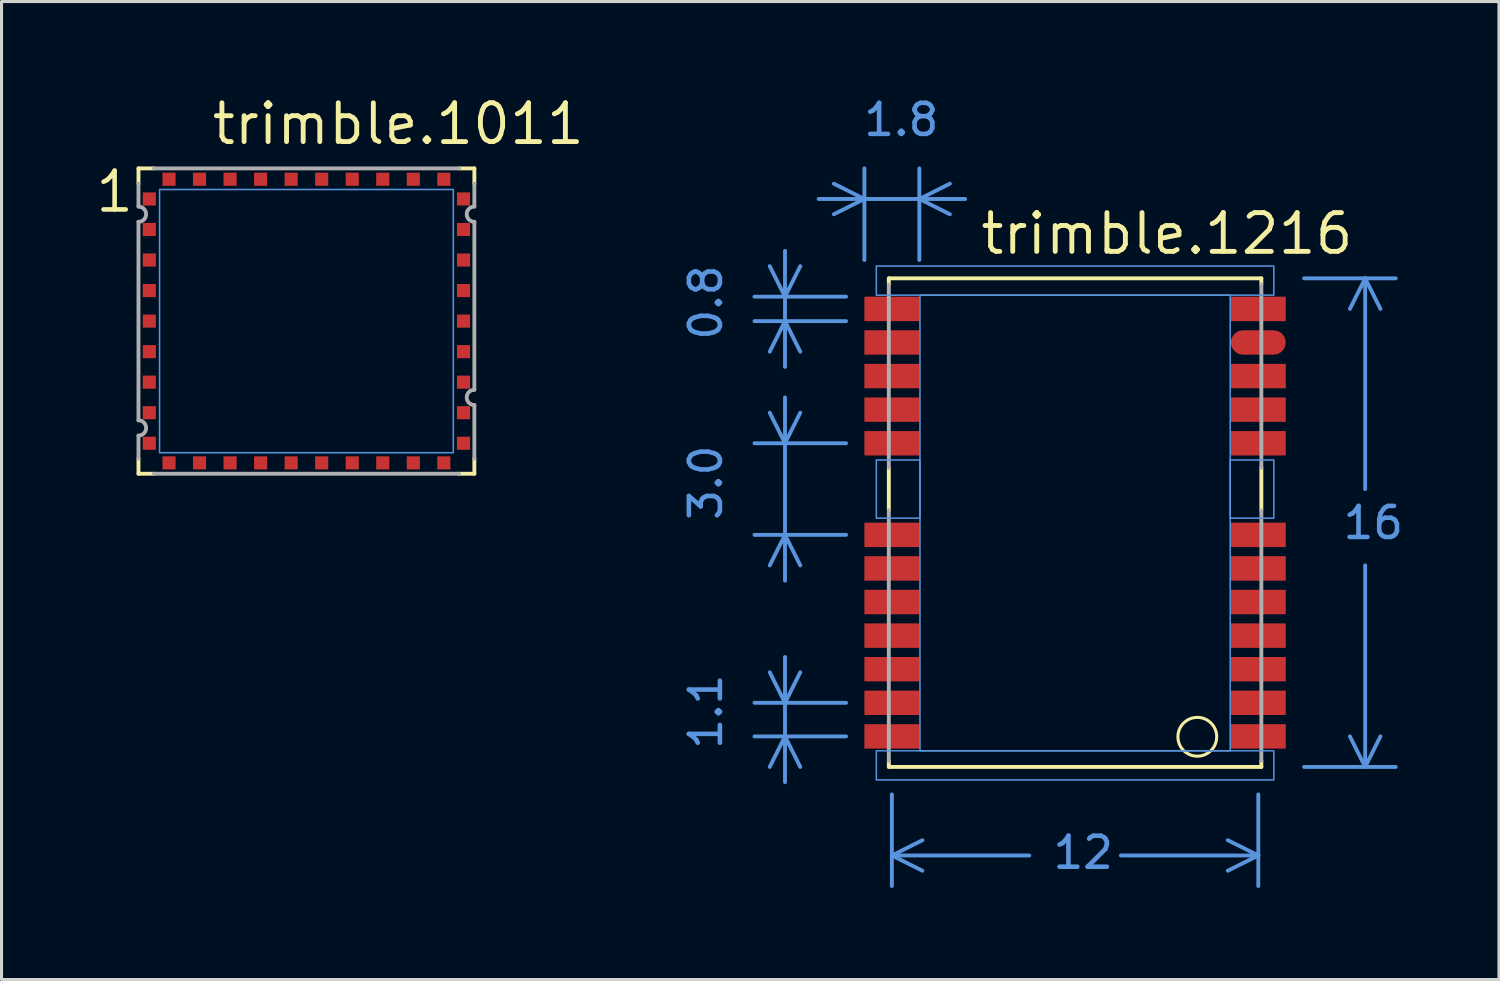
<source format=kicad_pcb>
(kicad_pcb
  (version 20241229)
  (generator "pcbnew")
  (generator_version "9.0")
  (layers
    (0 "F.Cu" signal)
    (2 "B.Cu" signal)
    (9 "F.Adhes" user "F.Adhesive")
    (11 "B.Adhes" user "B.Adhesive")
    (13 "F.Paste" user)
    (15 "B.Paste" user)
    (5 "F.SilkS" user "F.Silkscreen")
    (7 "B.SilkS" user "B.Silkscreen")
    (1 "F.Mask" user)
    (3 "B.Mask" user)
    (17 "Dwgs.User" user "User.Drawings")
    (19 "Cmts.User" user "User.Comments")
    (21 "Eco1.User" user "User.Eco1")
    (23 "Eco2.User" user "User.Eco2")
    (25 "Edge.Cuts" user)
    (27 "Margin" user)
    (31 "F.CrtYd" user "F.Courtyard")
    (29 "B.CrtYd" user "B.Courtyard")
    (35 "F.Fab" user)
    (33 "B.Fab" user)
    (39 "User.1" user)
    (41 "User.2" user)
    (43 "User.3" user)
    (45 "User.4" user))
  (footprint "trimble.1011"
    (layer "F.Cu")
    (at 6.985 7.465)
    (property "Reference" "trimble.1011" (at -3.175 -5.715 0) (layer "F.SilkS") (effects (font (size 1.27 1.27) (thickness 0.16)) (justify left bottom)))
    (attr smd)
    (fp_rect (start -5.815 5.315) (end 5.815 -5.315) (stroke (width 0.05) (type default)) (fill yes) (layer "F.Mask"))
    (fp_line (start -5.5 -5) (end -5 -5) (stroke (width 0.127) (type default)) (layer "F.SilkS"))
    (fp_line (start -5.5 -4.5) (end -5.5 -5) (stroke (width 0.127) (type default)) (layer "F.SilkS"))
    (fp_line (start -5.5 5) (end -5.5 4.5) (stroke (width 0.127) (type default)) (layer "F.SilkS"))
    (fp_line (start -5 5) (end -5.5 5) (stroke (width 0.127) (type default)) (layer "F.SilkS"))
    (fp_line (start 5 -5) (end 5.5 -5) (stroke (width 0.127) (type default)) (layer "F.SilkS"))
    (fp_line (start 5.5 -5) (end 5.5 -4.5) (stroke (width 0.127) (type default)) (layer "F.SilkS"))
    (fp_line (start 5.5 4.5) (end 5.5 5) (stroke (width 0.127) (type default)) (layer "F.SilkS"))
    (fp_line (start 5.5 5) (end 5 5) (stroke (width 0.127) (type default)) (layer "F.SilkS"))
    (fp_rect (start -4.81 4.31) (end 4.81 -4.31) (stroke (width 0.05) (type default)) (fill no) (layer "Cmts.User"))
    (fp_line (start -5.5 -3.75) (end -5.5 -4.5) (stroke (width 0.127) (type default)) (layer "F.Fab"))
    (fp_line (start -5.5 3.25) (end -5.5 -3.25) (stroke (width 0.127) (type default)) (layer "F.Fab"))
    (fp_line (start -5.5 4.5) (end -5.5 3.75) (stroke (width 0.127) (type default)) (layer "F.Fab"))
    (fp_line (start -5 -5) (end 5 -5) (stroke (width 0.127) (type default)) (layer "F.Fab"))
    (fp_line (start 5 5) (end -5 5) (stroke (width 0.127) (type default)) (layer "F.Fab"))
    (fp_line (start 5.5 -4.5) (end 5.5 -3.75) (stroke (width 0.127) (type default)) (layer "F.Fab"))
    (fp_line (start 5.5 -3.25) (end 5.5 2.25) (stroke (width 0.127) (type default)) (layer "F.Fab"))
    (fp_line (start 5.5 2.75) (end 5.5 4.5) (stroke (width 0.127) (type default)) (layer "F.Fab"))
    (fp_arc (start -5.5 -3.75) (mid -5.25 -3.5) (end -5.5 -3.25) (stroke (width 0.127) (type default)) (layer "F.Fab"))
    (fp_arc (start -5.5 3.25) (mid -5.25 3.5) (end -5.5 3.75) (stroke (width 0.127) (type default)) (layer "F.Fab"))
    (fp_arc (start 5.5 -3.25) (mid 5.25 -3.5) (end 5.5 -3.75) (stroke (width 0.127) (type default)) (layer "F.Fab"))
    (fp_arc (start 5.5 2.75) (mid 5.25 2.5) (end 5.5 2.25) (stroke (width 0.127) (type default)) (layer "F.Fab"))
    (fp_text user "1" (at -6.985 -3.493 0) (layer "F.SilkS") (effects (font (size 1.27 1.27) (thickness 0.15)) (justify left bottom)))
    (pad "1" smd roundrect (at -5.145 -4) (size 0.43 0.43) (layers "F.Cu" "F.Mask" "F.Paste") (roundrect_rratio 0.01))
    (pad "2" smd roundrect (at -5.145 -3) (size 0.43 0.43) (layers "F.Cu" "F.Mask" "F.Paste") (roundrect_rratio 0.01))
    (pad "3" smd roundrect (at -5.145 -2) (size 0.43 0.43) (layers "F.Cu" "F.Mask" "F.Paste") (roundrect_rratio 0.01))
    (pad "4" smd roundrect (at -5.145 -1) (size 0.43 0.43) (layers "F.Cu" "F.Mask" "F.Paste") (roundrect_rratio 0.01))
    (pad "5" smd roundrect (at -5.145 0) (size 0.43 0.43) (layers "F.Cu" "F.Mask" "F.Paste") (roundrect_rratio 0.01))
    (pad "6" smd roundrect (at -5.145 1) (size 0.43 0.43) (layers "F.Cu" "F.Mask" "F.Paste") (roundrect_rratio 0.01))
    (pad "7" smd roundrect (at -5.145 2) (size 0.43 0.43) (layers "F.Cu" "F.Mask" "F.Paste") (roundrect_rratio 0.01))
    (pad "8" smd roundrect (at -5.145 3) (size 0.43 0.43) (layers "F.Cu" "F.Mask" "F.Paste") (roundrect_rratio 0.01))
    (pad "9" smd roundrect (at -5.145 4) (size 0.43 0.43) (layers "F.Cu" "F.Mask" "F.Paste") (roundrect_rratio 0.01))
    (pad "10" smd roundrect (at -4.5 4.645 90) (size 0.43 0.43) (layers "F.Cu" "F.Mask" "F.Paste") (roundrect_rratio 0.01))
    (pad "11" smd roundrect (at -3.5 4.645 90) (size 0.43 0.43) (layers "F.Cu" "F.Mask" "F.Paste") (roundrect_rratio 0.01))
    (pad "12" smd roundrect (at -2.5 4.645 90) (size 0.43 0.43) (layers "F.Cu" "F.Mask" "F.Paste") (roundrect_rratio 0.01))
    (pad "13" smd roundrect (at -1.5 4.645 90) (size 0.43 0.43) (layers "F.Cu" "F.Mask" "F.Paste") (roundrect_rratio 0.01))
    (pad "14" smd roundrect (at -0.5 4.645 90) (size 0.43 0.43) (layers "F.Cu" "F.Mask" "F.Paste") (roundrect_rratio 0.01))
    (pad "15" smd roundrect (at 0.5 4.645 90) (size 0.43 0.43) (layers "F.Cu" "F.Mask" "F.Paste") (roundrect_rratio 0.01))
    (pad "16" smd roundrect (at 1.5 4.645 90) (size 0.43 0.43) (layers "F.Cu" "F.Mask" "F.Paste") (roundrect_rratio 0.01))
    (pad "17" smd roundrect (at 2.5 4.645 90) (size 0.43 0.43) (layers "F.Cu" "F.Mask" "F.Paste") (roundrect_rratio 0.01))
    (pad "18" smd roundrect (at 3.5 4.645 90) (size 0.43 0.43) (layers "F.Cu" "F.Mask" "F.Paste") (roundrect_rratio 0.01))
    (pad "19" smd roundrect (at 4.5 4.645 90) (size 0.43 0.43) (layers "F.Cu" "F.Mask" "F.Paste") (roundrect_rratio 0.01))
    (pad "20" smd roundrect (at 5.145 4) (size 0.43 0.43) (layers "F.Cu" "F.Mask" "F.Paste") (roundrect_rratio 0.01))
    (pad "21" smd roundrect (at 5.145 3) (size 0.43 0.43) (layers "F.Cu" "F.Mask" "F.Paste") (roundrect_rratio 0.01))
    (pad "22" smd roundrect (at 5.145 2) (size 0.43 0.43) (layers "F.Cu" "F.Mask" "F.Paste") (roundrect_rratio 0.01))
    (pad "23" smd roundrect (at 5.145 1) (size 0.43 0.43) (layers "F.Cu" "F.Mask" "F.Paste") (roundrect_rratio 0.01))
    (pad "24" smd roundrect (at 5.145 0) (size 0.43 0.43) (layers "F.Cu" "F.Mask" "F.Paste") (roundrect_rratio 0.01))
    (pad "25" smd roundrect (at 5.145 -1) (size 0.43 0.43) (layers "F.Cu" "F.Mask" "F.Paste") (roundrect_rratio 0.01))
    (pad "26" smd roundrect (at 5.145 -2) (size 0.43 0.43) (layers "F.Cu" "F.Mask" "F.Paste") (roundrect_rratio 0.01))
    (pad "27" smd roundrect (at 5.145 -3) (size 0.43 0.43) (layers "F.Cu" "F.Mask" "F.Paste") (roundrect_rratio 0.01))
    (pad "28" smd roundrect (at 5.145 -4) (size 0.43 0.43) (layers "F.Cu" "F.Mask" "F.Paste") (roundrect_rratio 0.01))
    (pad "29" smd roundrect (at 4.5 -4.645 90) (size 0.43 0.43) (layers "F.Cu" "F.Mask" "F.Paste") (roundrect_rratio 0.01))
    (pad "30" smd roundrect (at 3.5 -4.645 90) (size 0.43 0.43) (layers "F.Cu" "F.Mask" "F.Paste") (roundrect_rratio 0.01))
    (pad "31" smd roundrect (at 2.5 -4.645 90) (size 0.43 0.43) (layers "F.Cu" "F.Mask" "F.Paste") (roundrect_rratio 0.01))
    (pad "32" smd roundrect (at 1.5 -4.645 90) (size 0.43 0.43) (layers "F.Cu" "F.Mask" "F.Paste") (roundrect_rratio 0.01))
    (pad "33" smd roundrect (at 0.5 -4.645 90) (size 0.43 0.43) (layers "F.Cu" "F.Mask" "F.Paste") (roundrect_rratio 0.01))
    (pad "34" smd roundrect (at -0.5 -4.645 90) (size 0.43 0.43) (layers "F.Cu" "F.Mask" "F.Paste") (roundrect_rratio 0.01))
    (pad "35" smd roundrect (at -1.5 -4.645 90) (size 0.43 0.43) (layers "F.Cu" "F.Mask" "F.Paste") (roundrect_rratio 0.01))
    (pad "36" smd roundrect (at -2.5 -4.645 90) (size 0.43 0.43) (layers "F.Cu" "F.Mask" "F.Paste") (roundrect_rratio 0.01))
    (pad "37" smd roundrect (at -3.5 -4.645 90) (size 0.43 0.43) (layers "F.Cu" "F.Mask" "F.Paste") (roundrect_rratio 0.01))
    (pad "38" smd roundrect (at -4.5 -4.645 90) (size 0.43 0.43) (layers "F.Cu" "F.Mask" "F.Paste") (roundrect_rratio 0.01)))
  (footprint "trimble.1216"
    (layer "F.Cu")
    (at 32.158 12.966)
    (property "Reference" "trimble.1216" (at -3.175 -7.62 0) (layer "F.SilkS") (effects (font (size 1.27 1.27) (thickness 0.16)) (justify left bottom)))
    (attr smd)
    (fp_rect (start -7.1 9.1) (end 7.1 -6.9) (stroke (width 0.05) (type default)) (fill yes) (layer "F.Mask"))
    (fp_line (start -6.1 -6.9) (end 6.1 -6.9) (stroke (width 0.127) (type default)) (layer "F.SilkS"))
    (fp_line (start -6.1 -6.7) (end -6.1 -6.9) (stroke (width 0.127) (type default)) (layer "F.SilkS"))
    (fp_line (start -6.1 -0.7) (end -6.1 0.7) (stroke (width 0.127) (type default)) (layer "F.SilkS"))
    (fp_line (start -6.1 8.9) (end -6.1 9.1) (stroke (width 0.127) (type default)) (layer "F.SilkS"))
    (fp_line (start -6.1 9.1) (end 6.1 9.1) (stroke (width 0.127) (type default)) (layer "F.SilkS"))
    (fp_line (start 6.1 -6.9) (end 6.1 -6.7) (stroke (width 0.127) (type default)) (layer "F.SilkS"))
    (fp_line (start 6.1 -0.7) (end 6.1 0.7) (stroke (width 0.127) (type default)) (layer "F.SilkS"))
    (fp_line (start 6.1 9.1) (end 6.1 8.9) (stroke (width 0.127) (type default)) (layer "F.SilkS"))
    (fp_circle (center 4.003 8.113) (end 4.638 8.113) (stroke (width 0.1) (type default)) (fill no) (layer "F.SilkS"))
    (fp_line (start -9.5 -7.8) (end -9.5 -4) (stroke (width 0.127) (type default)) (layer "Cmts.User"))
    (fp_line (start -9.5 -6.3) (end -10 -7.3) (stroke (width 0.127) (type default)) (layer "Cmts.User"))
    (fp_line (start -9.5 -6.3) (end -9 -7.3) (stroke (width 0.127) (type default)) (layer "Cmts.User"))
    (fp_line (start -9.5 -5.5) (end -10 -4.5) (stroke (width 0.127) (type default)) (layer "Cmts.User"))
    (fp_line (start -9.5 -5.5) (end -9 -4.5) (stroke (width 0.127) (type default)) (layer "Cmts.User"))
    (fp_line (start -9.5 -3) (end -9.5 3) (stroke (width 0.127) (type default)) (layer "Cmts.User"))
    (fp_line (start -9.5 -1.5) (end -10 -2.5) (stroke (width 0.127) (type default)) (layer "Cmts.User"))
    (fp_line (start -9.5 -1.5) (end -9 -2.5) (stroke (width 0.127) (type default)) (layer "Cmts.User"))
    (fp_line (start -9.5 1.5) (end -10 2.5) (stroke (width 0.127) (type default)) (layer "Cmts.User"))
    (fp_line (start -9.5 1.5) (end -9 2.5) (stroke (width 0.127) (type default)) (layer "Cmts.User"))
    (fp_line (start -9.5 5.5) (end -9.5 9.6) (stroke (width 0.127) (type default)) (layer "Cmts.User"))
    (fp_line (start -9.5 7) (end -10 6) (stroke (width 0.127) (type default)) (layer "Cmts.User"))
    (fp_line (start -9.5 7) (end -9 6) (stroke (width 0.127) (type default)) (layer "Cmts.User"))
    (fp_line (start -9.5 8.1) (end -10 9.1) (stroke (width 0.127) (type default)) (layer "Cmts.User"))
    (fp_line (start -9.5 8.1) (end -9 9.1) (stroke (width 0.127) (type default)) (layer "Cmts.User"))
    (fp_line (start -8.4 -9.5) (end -3.6 -9.5) (stroke (width 0.127) (type default)) (layer "Cmts.User"))
    (fp_line (start -7.5 -6.3) (end -10.5 -6.3) (stroke (width 0.127) (type default)) (layer "Cmts.User"))
    (fp_line (start -7.5 -5.5) (end -10.5 -5.5) (stroke (width 0.127) (type default)) (layer "Cmts.User"))
    (fp_line (start -7.5 -1.5) (end -10.5 -1.5) (stroke (width 0.127) (type default)) (layer "Cmts.User"))
    (fp_line (start -7.5 1.5) (end -10.5 1.5) (stroke (width 0.127) (type default)) (layer "Cmts.User"))
    (fp_line (start -7.5 7) (end -10.5 7) (stroke (width 0.127) (type default)) (layer "Cmts.User"))
    (fp_line (start -7.5 8.1) (end -10.5 8.1) (stroke (width 0.127) (type default)) (layer "Cmts.User"))
    (fp_line (start -6.9 -9.5) (end -7.9 -10) (stroke (width 0.127) (type default)) (layer "Cmts.User"))
    (fp_line (start -6.9 -9.5) (end -7.9 -9) (stroke (width 0.127) (type default)) (layer "Cmts.User"))
    (fp_line (start -6.9 -7.5) (end -6.9 -10.5) (stroke (width 0.127) (type default)) (layer "Cmts.User"))
    (fp_line (start -6 10) (end -6 12) (stroke (width 0.127) (type default)) (layer "Cmts.User"))
    (fp_line (start -6 12) (end -6 13) (stroke (width 0.127) (type default)) (layer "Cmts.User"))
    (fp_line (start -6 12) (end -5 11.5) (stroke (width 0.127) (type default)) (layer "Cmts.User"))
    (fp_line (start -6 12) (end -5 12.5) (stroke (width 0.127) (type default)) (layer "Cmts.User"))
    (fp_line (start -6 12) (end -1.5 12) (stroke (width 0.127) (type default)) (layer "Cmts.User"))
    (fp_line (start -5.1 -9.5) (end -4.1 -10) (stroke (width 0.127) (type default)) (layer "Cmts.User"))
    (fp_line (start -5.1 -9.5) (end -4.1 -9) (stroke (width 0.127) (type default)) (layer "Cmts.User"))
    (fp_line (start -5.1 -7.5) (end -5.1 -10.5) (stroke (width 0.127) (type default)) (layer "Cmts.User"))
    (fp_line (start 1.5 12) (end 6 12) (stroke (width 0.127) (type default)) (layer "Cmts.User"))
    (fp_line (start 6 10) (end 6 12) (stroke (width 0.127) (type default)) (layer "Cmts.User"))
    (fp_line (start 6 12) (end 5 11.5) (stroke (width 0.127) (type default)) (layer "Cmts.User"))
    (fp_line (start 6 12) (end 5 12.5) (stroke (width 0.127) (type default)) (layer "Cmts.User"))
    (fp_line (start 6 12) (end 6 13) (stroke (width 0.127) (type default)) (layer "Cmts.User"))
    (fp_line (start 7.5 -6.9) (end 9.5 -6.9) (stroke (width 0.127) (type default)) (layer "Cmts.User"))
    (fp_line (start 7.5 9.1) (end 9.5 9.1) (stroke (width 0.127) (type default)) (layer "Cmts.User"))
    (fp_line (start 9.5 -6.9) (end 9 -5.9) (stroke (width 0.127) (type default)) (layer "Cmts.User"))
    (fp_line (start 9.5 -6.9) (end 10 -5.9) (stroke (width 0.127) (type default)) (layer "Cmts.User"))
    (fp_line (start 9.5 -6.9) (end 10.5 -6.9) (stroke (width 0.127) (type default)) (layer "Cmts.User"))
    (fp_line (start 9.5 0) (end 9.5 -6.9) (stroke (width 0.127) (type default)) (layer "Cmts.User"))
    (fp_line (start 9.5 9.1) (end 9 8.1) (stroke (width 0.127) (type default)) (layer "Cmts.User"))
    (fp_line (start 9.5 9.1) (end 9.5 2.5) (stroke (width 0.127) (type default)) (layer "Cmts.User"))
    (fp_line (start 9.5 9.1) (end 10 8.1) (stroke (width 0.127) (type default)) (layer "Cmts.User"))
    (fp_line (start 9.5 9.1) (end 10.5 9.1) (stroke (width 0.127) (type default)) (layer "Cmts.User"))
    (fp_rect (start -6.509 -6.35) (end 6.509 -7.303) (stroke (width 0.05) (type default)) (fill no) (layer "Cmts.User"))
    (fp_rect (start -6.509 0.953) (end -5.08 -0.953) (stroke (width 0.05) (type default)) (fill no) (layer "Cmts.User"))
    (fp_rect (start -6.509 9.525) (end 6.509 8.572) (stroke (width 0.05) (type default)) (fill no) (layer "Cmts.User"))
    (fp_rect (start -5.08 8.572) (end 5.08 -6.35) (stroke (width 0.05) (type default)) (fill no) (layer "Cmts.User"))
    (fp_rect (start 5.08 0.953) (end 6.509 -0.953) (stroke (width 0.05) (type default)) (fill no) (layer "Cmts.User"))
    (fp_line (start -6.1 -0.7) (end -6.1 -6.7) (stroke (width 0.127) (type default)) (layer "F.Fab"))
    (fp_line (start -6.1 8.9) (end -6.1 0.7) (stroke (width 0.127) (type default)) (layer "F.Fab"))
    (fp_line (start 6.1 -6.7) (end 6.1 -0.7) (stroke (width 0.127) (type default)) (layer "F.Fab"))
    (fp_line (start 6.1 0.7) (end 6.1 8.9) (stroke (width 0.127) (type default)) (layer "F.Fab"))
    (fp_text user "1.1" (at -11.5 8.6 90) (layer "Cmts.User") (effects (font (size 1.016 1.016) (thickness 0.15)) (justify left bottom)))
    (fp_text user "0.8" (at -11.5 -4.8 90) (layer "Cmts.User") (effects (font (size 1.016 1.016) (thickness 0.15)) (justify left bottom)))
    (fp_text user "16" (at 8.7 1.7 0) (layer "Cmts.User") (effects (font (size 1.016 1.016) (thickness 0.15)) (justify left bottom)))
    (fp_text user "3.0" (at -11.5 1.1 90) (layer "Cmts.User") (effects (font (size 1.016 1.016) (thickness 0.15)) (justify left bottom)))
    (fp_text user "12" (at -0.8 12.5 0) (layer "Cmts.User") (effects (font (size 1.016 1.016) (thickness 0.15)) (justify left bottom)))
    (fp_text user "1.8" (at -7 -11.5 0) (layer "Cmts.User") (effects (font (size 1.016 1.016) (thickness 0.15)) (justify left bottom)))
    (pad "1" smd roundrect (at 6 8.1) (size 1.8 0.8) (layers "F.Cu" "F.Mask" "F.Paste") (roundrect_rratio 0.01))
    (pad "2" smd roundrect (at 6 7) (size 1.8 0.8) (layers "F.Cu" "F.Mask" "F.Paste") (roundrect_rratio 0.01))
    (pad "3" smd roundrect (at 6 5.9) (size 1.8 0.8) (layers "F.Cu" "F.Mask" "F.Paste") (roundrect_rratio 0.01))
    (pad "4" smd roundrect (at 6 4.8) (size 1.8 0.8) (layers "F.Cu" "F.Mask" "F.Paste") (roundrect_rratio 0.01))
    (pad "5" smd roundrect (at 6 3.7) (size 1.8 0.8) (layers "F.Cu" "F.Mask" "F.Paste") (roundrect_rratio 0.01))
    (pad "6" smd roundrect (at 6 2.6) (size 1.8 0.8) (layers "F.Cu" "F.Mask" "F.Paste") (roundrect_rratio 0.01))
    (pad "7" smd roundrect (at 6 1.5) (size 1.8 0.8) (layers "F.Cu" "F.Mask" "F.Paste") (roundrect_rratio 0.01))
    (pad "8" smd roundrect (at 6 -1.5) (size 1.8 0.8) (layers "F.Cu" "F.Mask" "F.Paste") (roundrect_rratio 0.01))
    (pad "9" smd roundrect (at 6 -2.6) (size 1.8 0.8) (layers "F.Cu" "F.Mask" "F.Paste") (roundrect_rratio 0.01))
    (pad "10" smd roundrect (at 6 -3.7) (size 1.8 0.8) (layers "F.Cu" "F.Mask" "F.Paste") (roundrect_rratio 0.01))
    (pad "11" smd roundrect (at 6 -4.8) (size 1.8 0.8) (layers "F.Cu" "F.Mask" "F.Paste") (roundrect_rratio 0.5))
    (pad "12" smd roundrect (at 6 -5.9) (size 1.8 0.8) (layers "F.Cu" "F.Mask" "F.Paste") (roundrect_rratio 0.01))
    (pad "13" smd roundrect (at -6 -5.9) (size 1.8 0.8) (layers "F.Cu" "F.Mask" "F.Paste") (roundrect_rratio 0.01))
    (pad "14" smd roundrect (at -6 -4.8) (size 1.8 0.8) (layers "F.Cu" "F.Mask" "F.Paste") (roundrect_rratio 0.01))
    (pad "15" smd roundrect (at -6 -3.7) (size 1.8 0.8) (layers "F.Cu" "F.Mask" "F.Paste") (roundrect_rratio 0.01))
    (pad "16" smd roundrect (at -6 -2.6) (size 1.8 0.8) (layers "F.Cu" "F.Mask" "F.Paste") (roundrect_rratio 0.01))
    (pad "17" smd roundrect (at -6 -1.5) (size 1.8 0.8) (layers "F.Cu" "F.Mask" "F.Paste") (roundrect_rratio 0.01))
    (pad "18" smd roundrect (at -6 1.5) (size 1.8 0.8) (layers "F.Cu" "F.Mask" "F.Paste") (roundrect_rratio 0.01))
    (pad "19" smd roundrect (at -6 2.6) (size 1.8 0.8) (layers "F.Cu" "F.Mask" "F.Paste") (roundrect_rratio 0.01))
    (pad "20" smd roundrect (at -6 3.7) (size 1.8 0.8) (layers "F.Cu" "F.Mask" "F.Paste") (roundrect_rratio 0.01))
    (pad "21" smd roundrect (at -6 4.8) (size 1.8 0.8) (layers "F.Cu" "F.Mask" "F.Paste") (roundrect_rratio 0.01))
    (pad "22" smd roundrect (at -6 5.9) (size 1.8 0.8) (layers "F.Cu" "F.Mask" "F.Paste") (roundrect_rratio 0.01))
    (pad "23" smd roundrect (at -6 7) (size 1.8 0.8) (layers "F.Cu" "F.Mask" "F.Paste") (roundrect_rratio 0.01))
    (pad "24" smd roundrect (at -6 8.1) (size 1.8 0.8) (layers "F.Cu" "F.Mask" "F.Paste") (roundrect_rratio 0.01)))
  (gr_rect
    (start -3 -3)
    (end 46.04 29.029)
    (stroke (width 0.1) (type default))
    (fill no)
    (layer "Edge.Cuts")))
</source>
